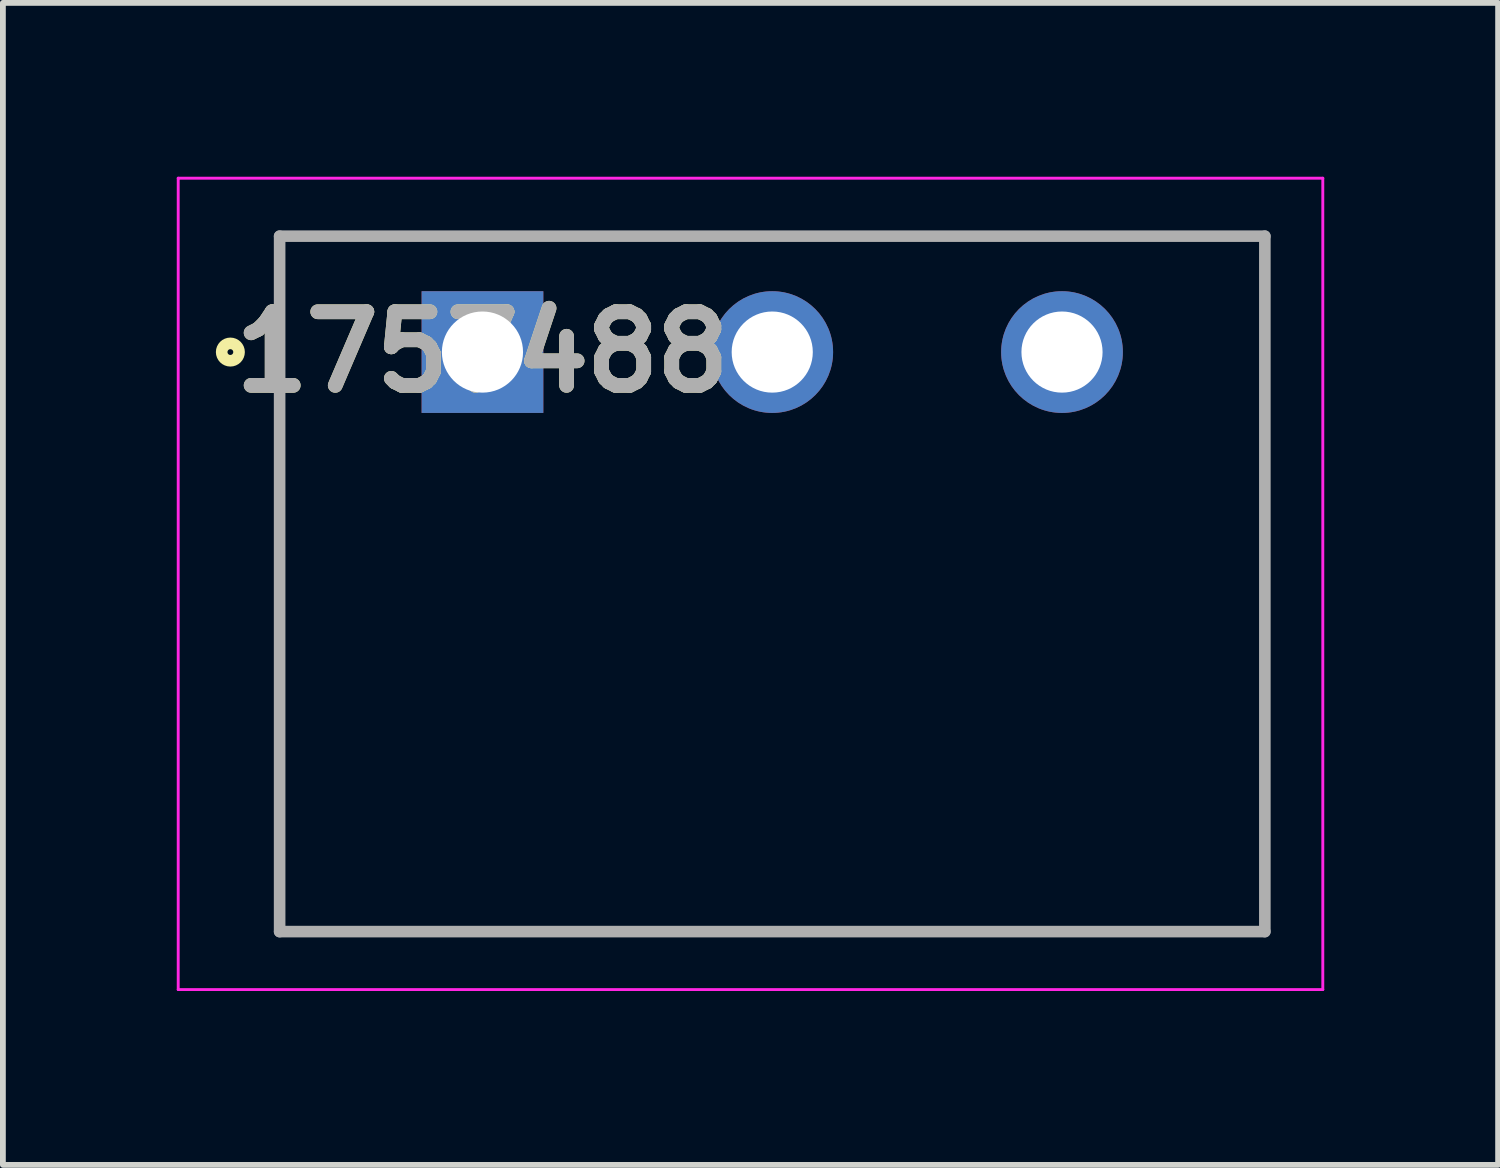
<source format=kicad_pcb>
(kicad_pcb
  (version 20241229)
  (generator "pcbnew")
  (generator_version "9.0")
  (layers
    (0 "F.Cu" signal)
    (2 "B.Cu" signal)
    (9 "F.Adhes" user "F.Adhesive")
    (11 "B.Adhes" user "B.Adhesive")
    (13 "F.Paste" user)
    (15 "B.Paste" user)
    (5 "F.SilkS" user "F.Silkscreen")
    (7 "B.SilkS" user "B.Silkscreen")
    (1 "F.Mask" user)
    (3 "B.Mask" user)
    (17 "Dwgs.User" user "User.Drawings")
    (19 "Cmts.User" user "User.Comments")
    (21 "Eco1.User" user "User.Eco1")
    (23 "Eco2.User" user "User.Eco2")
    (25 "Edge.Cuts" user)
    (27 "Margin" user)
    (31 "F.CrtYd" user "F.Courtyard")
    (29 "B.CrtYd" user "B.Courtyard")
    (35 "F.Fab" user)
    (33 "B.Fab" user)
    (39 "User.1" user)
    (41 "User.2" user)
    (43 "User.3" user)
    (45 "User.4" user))
  (footprint "1757488"
    (layer "F.Cu")
    (at 5.275 3.025)
    (property "Reference" "1757488" (at 0 0 0) (layer "F.SilkS") (effects (font (size 1.27 1.27) (thickness 0.254))))
    (attr through_hole)
    (fp_line (start -3.5 -2) (end 13.5 -2) (stroke (width 0.1) (type solid)) (layer "F.SilkS"))
    (fp_line (start -3.5 10) (end -3.5 -2) (stroke (width 0.1) (type solid)) (layer "F.SilkS"))
    (fp_line (start 13.5 -2) (end 13.5 10) (stroke (width 0.1) (type solid)) (layer "F.SilkS"))
    (fp_line (start 13.5 10) (end -3.5 10) (stroke (width 0.1) (type solid)) (layer "F.SilkS"))
    (fp_circle (center -4.35 0) (end -4.35 0.05) (stroke (width 0.2) (type solid)) (fill no) (layer "F.SilkS"))
    (fp_line (start -5.25 -3) (end 14.5 -3) (stroke (width 0.05) (type solid)) (layer "F.CrtYd"))
    (fp_line (start -5.25 11) (end -5.25 -3) (stroke (width 0.05) (type solid)) (layer "F.CrtYd"))
    (fp_line (start 14.5 -3) (end 14.5 11) (stroke (width 0.05) (type solid)) (layer "F.CrtYd"))
    (fp_line (start 14.5 11) (end -5.25 11) (stroke (width 0.05) (type solid)) (layer "F.CrtYd"))
    (fp_line (start -3.5 -2) (end 13.5 -2) (stroke (width 0.2) (type solid)) (layer "F.Fab"))
    (fp_line (start -3.5 10) (end -3.5 -2) (stroke (width 0.2) (type solid)) (layer "F.Fab"))
    (fp_line (start 13.5 -2) (end 13.5 10) (stroke (width 0.2) (type solid)) (layer "F.Fab"))
    (fp_line (start 13.5 10) (end -3.5 10) (stroke (width 0.2) (type solid)) (layer "F.Fab"))
    (fp_text user "${REFERENCE}" (at 0 0 0) (layer "F.Fab") (effects (font (size 1.27 1.27) (thickness 0.254))))
    (pad "1" thru_hole rect (at 0 0) (size 2.1 2.1) (drill 1.4) (layers "*.Cu" "*.Mask"))
    (pad "2" thru_hole circle (at 5 0) (size 2.1 2.1) (drill 1.4) (layers "*.Cu" "*.Mask"))
    (pad "3" thru_hole circle (at 10 0) (size 2.1 2.1) (drill 1.4) (layers "*.Cu" "*.Mask")))
  (gr_rect
    (start -3 -3)
    (end 22.8 17.05)
    (stroke (width 0.1) (type default))
    (fill no)
    (layer "Edge.Cuts")))
</source>
